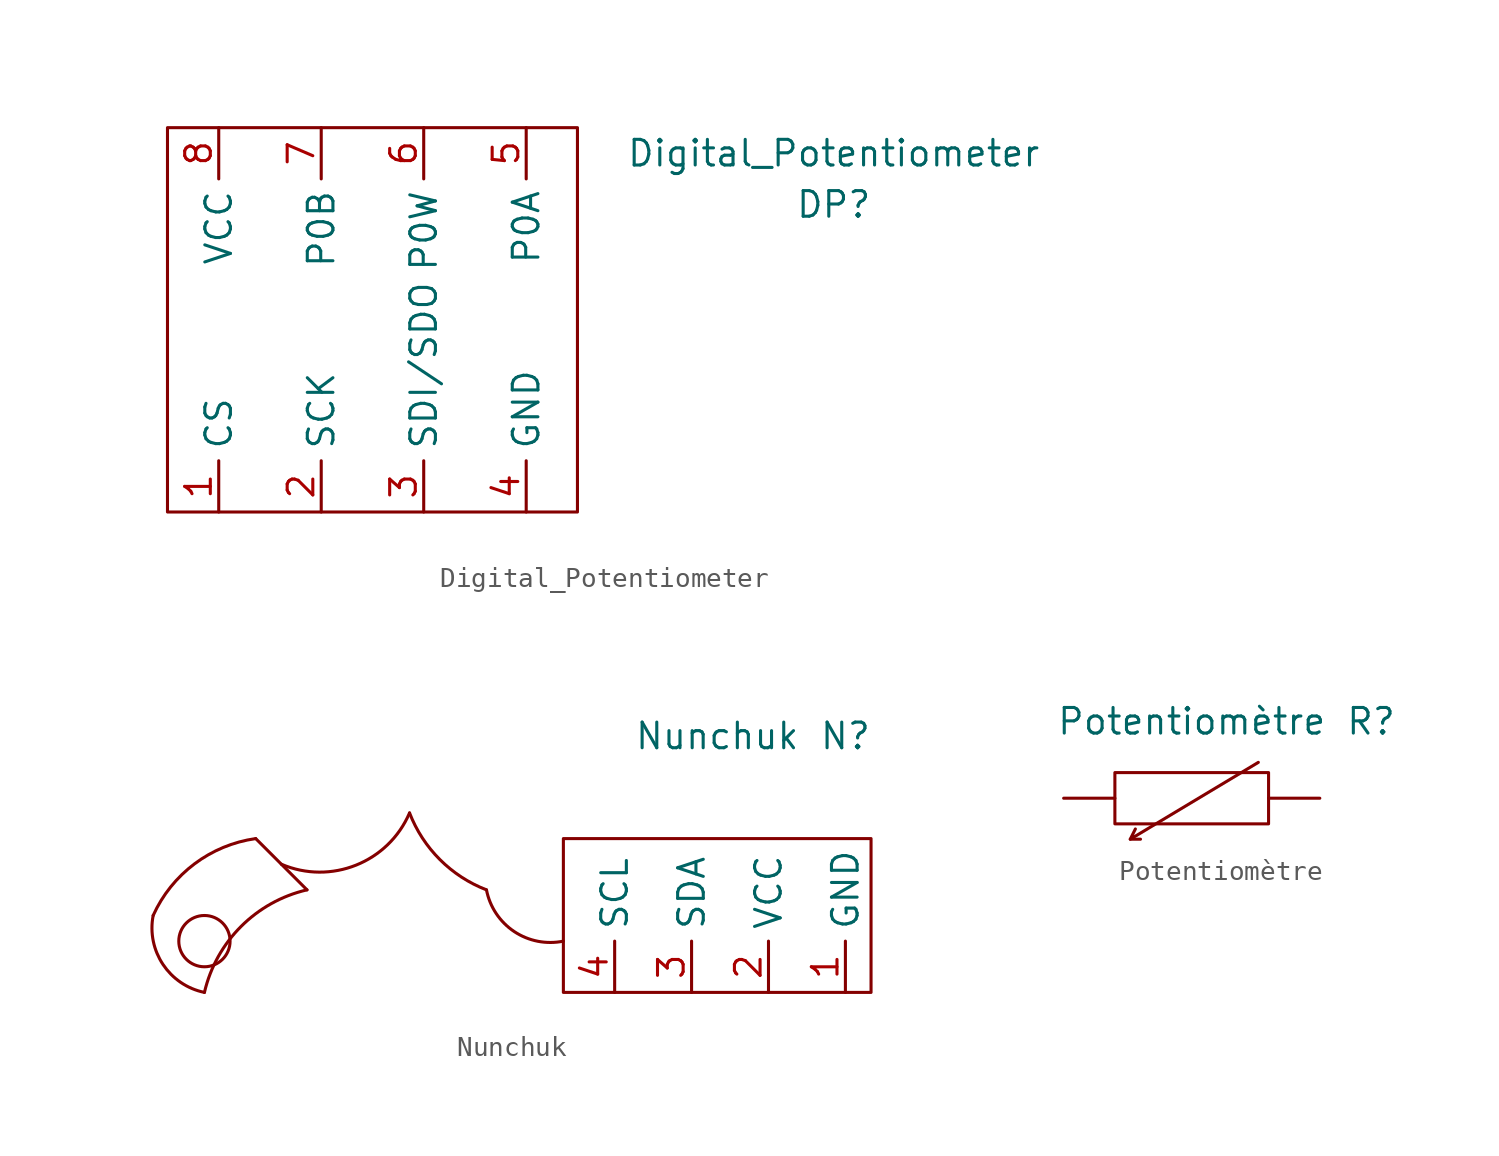
<source format=kicad_sym>
(kicad_symbol_lib
  (version 20211014)
  (generator kicad_symbol_editor)
  (symbol "Digital_Potentiometer"
    (property "Reference" "DP"
      (at 12.7 7.62 0)
      (effects (font (size 1.27 1.27))))
    (property "Value" "Digital_Potentiometer"
      (at 12.7 10.16 0)
      (effects (font (size 1.27 1.27))))
    (symbol "Digital_Potentiometer_0_1"
      (rectangle (start -20.32 11.43) (end 0 -7.62) (stroke (width 0) (type default) (color 0 0 0 0)) (fill (type none))))
    (symbol "Digital_Potentiometer_1_1"
      (pin bidirectional line (at -17.78 -7.62 90) (length 2.54) (name "CS" (effects (font (size 1.27 1.27)))) (number "1" (effects (font (size 1.27 1.27)))))
      (pin bidirectional line (at -12.7 -7.62 90) (length 2.54) (name "SCK" (effects (font (size 1.27 1.27)))) (number "2" (effects (font (size 1.27 1.27)))))
      (pin bidirectional line (at -7.62 -7.62 90) (length 2.54) (name "SDI/SDO" (effects (font (size 1.27 1.27)))) (number "3" (effects (font (size 1.27 1.27)))))
      (pin bidirectional line (at -2.54 -7.62 90) (length 2.54) (name "GND" (effects (font (size 1.27 1.27)))) (number "4" (effects (font (size 1.27 1.27)))))
      (pin bidirectional line (at -2.54 11.43 270) (length 2.54) (name "P0A" (effects (font (size 1.27 1.27)))) (number "5" (effects (font (size 1.27 1.27)))))
      (pin bidirectional line (at -7.62 11.43 270) (length 2.54) (name "P0W" (effects (font (size 1.27 1.27)))) (number "6" (effects (font (size 1.27 1.27)))))
      (pin bidirectional line (at -12.7 11.43 270) (length 2.54) (name "P0B" (effects (font (size 1.27 1.27)))) (number "7" (effects (font (size 1.27 1.27)))))
      (pin bidirectional line (at -17.78 11.43 270) (length 2.54) (name "VCC" (effects (font (size 1.27 1.27)))) (number "8" (effects (font (size 1.27 1.27)))))))
  (symbol "Nunchuk"
    (property "Reference" "N"
      (at 7.62 10.16 0)
      (effects (font (size 1.27 1.27))))
    (property "Value" "Nunchuk"
      (at 1.27 10.16 0)
      (effects (font (size 1.27 1.27))))
    (symbol "Nunchuk_0_1"
      (arc (start -26.67 1.27) (mid -26.1821 -1.1564) (end -24.13 -2.54) (stroke (width 0) (type default) (color 0 0 0 0)) (fill (type none)))
      (circle (center -24.13 0) (radius 1.27) (stroke (width 0) (type default) (color 0 0 0 0)) (fill (type none)))
      (arc (start -21.59 5.08) (mid -24.6203 3.8287) (end -26.67 1.27) (stroke (width 0) (type default) (color 0 0 0 0)) (fill (type none)))
      (arc (start -20.32 3.81) (mid -14.0789 -2.5851) (end -13.97 6.35) (stroke (width 0) (type default) (color 0 0 0 0)) (fill (type none)))
      (arc (start -19.05 2.54) (mid -30.4722 8.8822) (end -24.13 -2.54) (stroke (width 0) (type default) (color 0 0 0 0)) (fill (type none)))
      (arc (start -13.97 6.35) (mid -21.0631 -4.5531) (end -10.16 2.54) (stroke (width 0) (type default) (color 0 0 0 0)) (fill (type none)))
      (arc (start -10.16 2.54) (mid -8.7852 0.4746) (end -6.35 0) (stroke (width 0) (type default) (color 0 0 0 0)) (fill (type none)))
      (rectangle (start -6.35 5.08) (end 8.89 -2.54) (stroke (width 0) (type default) (color 0 0 0 0)) (fill (type none)))
      (polyline (pts (xy -21.59 5.08) (xy -19.05 2.54)) (stroke (width 0) (type default) (color 0 0 0 0)) (fill (type none))))
    (symbol "Nunchuk_1_1"
      (pin bidirectional line (at 7.62 -2.54 90) (length 2.54) (name "GND" (effects (font (size 1.27 1.27)))) (number "1" (effects (font (size 1.27 1.27)))))
      (pin bidirectional line (at 3.81 -2.54 90) (length 2.54) (name "VCC" (effects (font (size 1.27 1.27)))) (number "2" (effects (font (size 1.27 1.27)))))
      (pin bidirectional line (at 0 -2.54 90) (length 2.54) (name "SDA" (effects (font (size 1.27 1.27)))) (number "3" (effects (font (size 1.27 1.27)))))
      (pin bidirectional line (at -3.81 -2.54 90) (length 2.54) (name "SCL" (effects (font (size 1.27 1.27)))) (number "4" (effects (font (size 1.27 1.27)))))))
  (symbol "Potentiomètre"
    (property "Reference" "R"
      (at 8.89 3.81 0)
      (effects (font (size 1.27 1.27))))
    (property "Value" "Potentiomètre"
      (at 0 3.81 0)
      (effects (font (size 1.27 1.27))))
    (symbol "Potentiomètre_0_1"
      (rectangle (start -3.81 1.27) (end 3.81 -1.27) (stroke (width 0) (type default) (color 0 0 0 0)) (fill (type none)))
      (polyline (pts (xy -3.048 -2.032) (xy -2.54 -2.032)) (stroke (width 0) (type default) (color 0 0 0 0)) (fill (type none)))
      (polyline (pts (xy 3.302 1.778) (xy -3.048 -2.032) (xy -2.794 -1.524)) (stroke (width 0) (type default) (color 0 0 0 0)) (fill (type none))))
    (symbol "Potentiomètre_1_1"
      (pin bidirectional line (at -6.35 0 0) (length 2.54) (name "" (effects (font (size 1.27 1.27)))) (number "" (effects (font (size 1.27 1.27)))))
      (pin bidirectional line (at 6.35 0 180) (length 2.54) (name "" (effects (font (size 1.27 1.27)))) (number "" (effects (font (size 1.27 1.27))))))))
</source>
